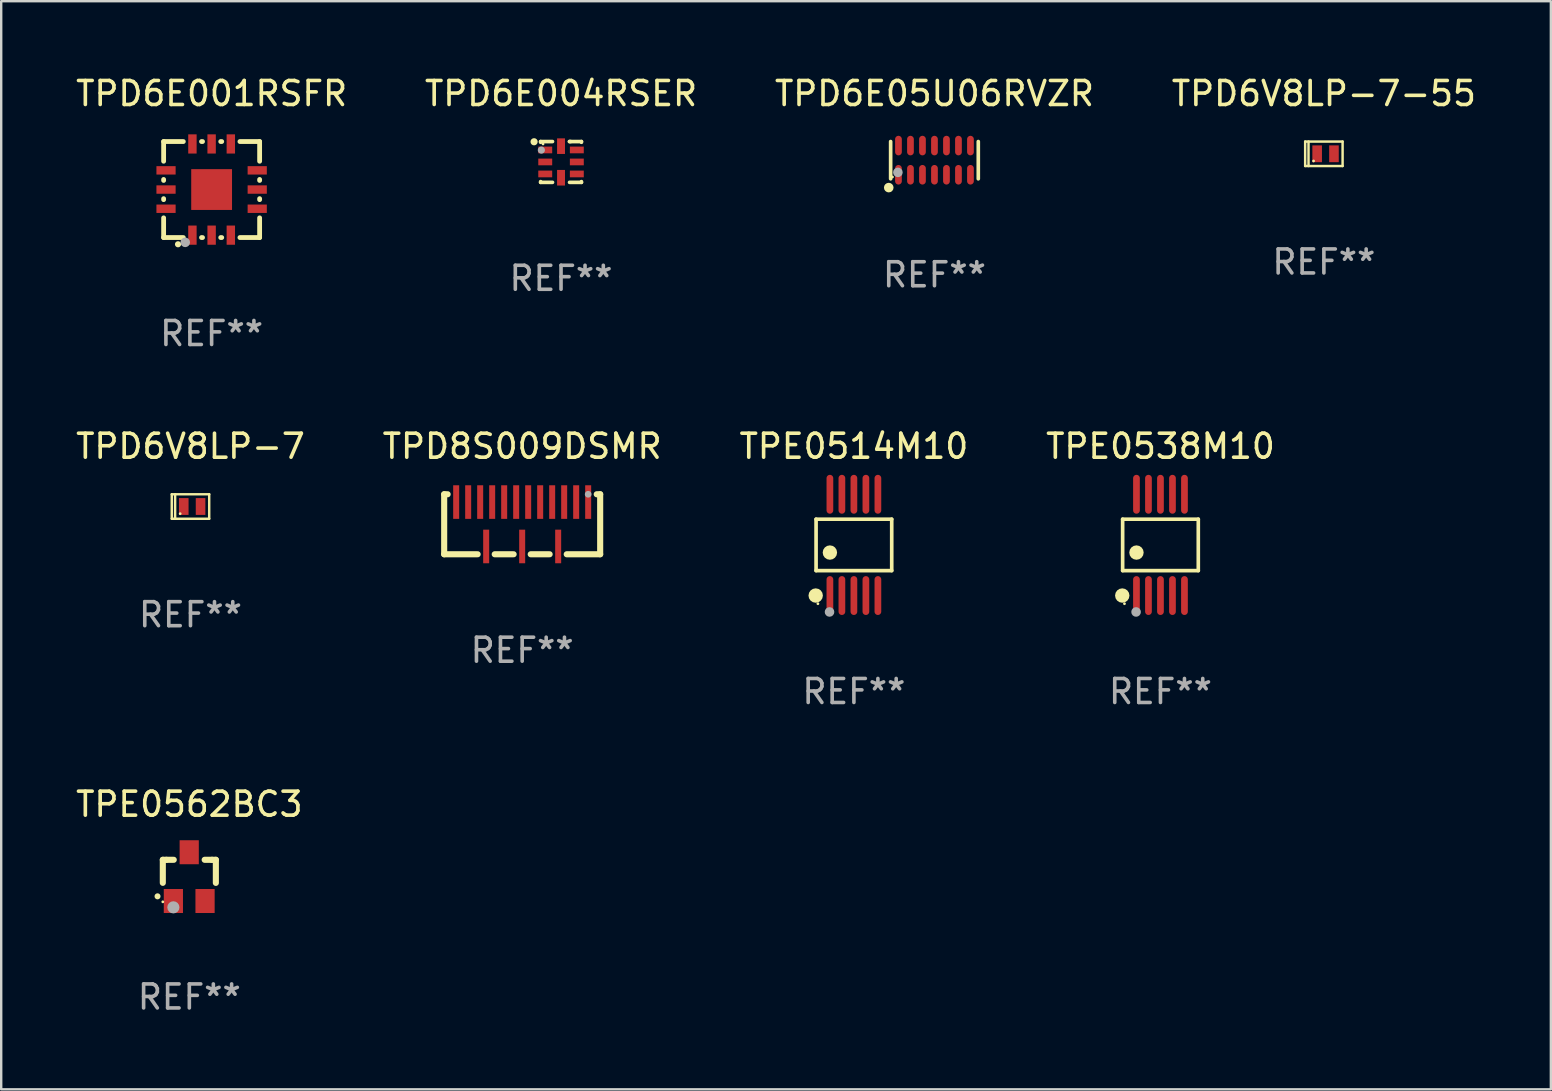
<source format=kicad_pcb>
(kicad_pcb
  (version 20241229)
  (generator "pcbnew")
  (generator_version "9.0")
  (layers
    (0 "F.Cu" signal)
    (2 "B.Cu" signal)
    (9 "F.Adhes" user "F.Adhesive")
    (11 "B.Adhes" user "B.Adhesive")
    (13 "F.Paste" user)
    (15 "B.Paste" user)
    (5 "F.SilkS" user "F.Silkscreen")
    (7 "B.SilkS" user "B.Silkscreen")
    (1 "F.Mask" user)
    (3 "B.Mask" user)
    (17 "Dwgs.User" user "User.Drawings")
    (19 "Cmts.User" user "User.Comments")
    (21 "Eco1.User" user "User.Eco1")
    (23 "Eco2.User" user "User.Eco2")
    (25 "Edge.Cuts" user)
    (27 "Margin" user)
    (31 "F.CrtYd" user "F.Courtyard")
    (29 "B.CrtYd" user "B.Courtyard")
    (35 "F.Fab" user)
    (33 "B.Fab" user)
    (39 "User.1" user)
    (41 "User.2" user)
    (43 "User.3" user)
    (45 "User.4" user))
  (footprint "TPD6V8LP-7"
    (layer "F.Cu")
    (at 4.887 18.055)
    (property "Reference" "TPD6V8LP-7" (at 0 -2.51 0) (layer "F.SilkS") (effects (font (size 1 1) (thickness 0.15))))
    (attr through_hole)
    (fp_line (start -0.78 -0.51) (end -0.78 0.51) (stroke (width 0.102) (type solid)) (layer "F.SilkS"))
    (fp_line (start -0.78 -0.51) (end 0.78 -0.51) (stroke (width 0.102) (type solid)) (layer "F.SilkS"))
    (fp_line (start -0.78 0.51) (end 0.78 0.51) (stroke (width 0.102) (type solid)) (layer "F.SilkS"))
    (fp_line (start -0.64 -0.51) (end -0.64 0.51) (stroke (width 0.102) (type solid)) (layer "F.SilkS"))
    (fp_line (start 0.78 -0.51) (end 0.78 0.51) (stroke (width 0.102) (type solid)) (layer "F.SilkS"))
    (fp_circle (center -0.43 0.3) (end -0.4 0.3) (stroke (width 0.06) (type solid)) (fill no) (layer "F.SilkS"))
    (fp_text user "REF**" (at 0 4.51 0) (layer "F.Fab") (effects (font (size 1 1) (thickness 0.15))))
    (pad "1" smd rect (at -0.28 0) (size 0.4 0.7) (layers "F.Cu" "F.Mask" "F.Paste"))
    (pad "2" smd rect (at 0.42 0) (size 0.4 0.7) (layers "F.Cu" "F.Mask" "F.Paste")))
  (footprint "TPE0562BC3"
    (layer "F.Cu")
    (at 4.839 33.477)
    (property "Reference" "TPE0562BC3" (at 0 -3.016 0) (layer "F.SilkS") (effects (font (size 1 1) (thickness 0.15))))
    (attr through_hole)
    (fp_line (start -1.105 -0.701) (end -1.105 0.259) (stroke (width 0.254) (type solid)) (layer "F.SilkS"))
    (fp_line (start -0.955 -0.701) (end -1.105 -0.701) (stroke (width 0.254) (type solid)) (layer "F.SilkS"))
    (fp_line (start -0.955 -0.701) (end -0.649 -0.701) (stroke (width 0.254) (type solid)) (layer "F.SilkS"))
    (fp_line (start 0.639 -0.701) (end 0.945 -0.701) (stroke (width 0.254) (type solid)) (layer "F.SilkS"))
    (fp_line (start 0.945 -0.701) (end 1.105 -0.701) (stroke (width 0.254) (type solid)) (layer "F.SilkS"))
    (fp_line (start 1.105 -0.701) (end 1.105 0.261) (stroke (width 0.254) (type solid)) (layer "F.SilkS"))
    (fp_arc (start -1.324994 0.82253) (mid -1.325 0.82126) (end -1.324994 0.81999) (stroke (width 0.24892) (type solid)) (layer "F.SilkS"))
    (fp_circle (center -1.105 1.05) (end -1.075 1.05) (stroke (width 0.06) (type solid)) (fill no) (layer "F.SilkS"))
    (fp_circle (center -0.665 1.28) (end -0.538 1.28) (stroke (width 0.254) (type solid)) (fill no) (layer "F.Fab"))
    (fp_text user "REF**" (at 0 5.016 0) (layer "F.Fab") (effects (font (size 1 1) (thickness 0.15))))
    (pad "1" smd rect (at -0.665 1.016) (size 0.8 1) (layers "F.Cu" "F.Mask" "F.Paste"))
    (pad "2" smd rect (at 0.655 1.016) (size 0.8 1) (layers "F.Cu" "F.Mask" "F.Paste"))
    (pad "3" smd rect (at -0.005 -1.016) (size 0.8 1) (layers "F.Cu" "F.Mask" "F.Paste")))
  (footprint "TPE0538M10"
    (layer "F.Cu")
    (at 45.304 19.655)
    (property "Reference" "TPE0538M10" (at 0 -4.11 0) (layer "F.SilkS") (effects (font (size 1 1) (thickness 0.15))))
    (attr through_hole)
    (fp_line (start -1.576 -1.071) (end 1.576 -1.071) (stroke (width 0.152) (type solid)) (layer "F.SilkS"))
    (fp_line (start -1.576 1.071) (end -1.576 -1.071) (stroke (width 0.152) (type solid)) (layer "F.SilkS"))
    (fp_line (start 1.576 -1.071) (end 1.576 1.071) (stroke (width 0.152) (type solid)) (layer "F.SilkS"))
    (fp_line (start 1.576 1.071) (end -1.576 1.071) (stroke (width 0.152) (type solid)) (layer "F.SilkS"))
    (fp_circle (center -1.592 2.11) (end -1.442 2.11) (stroke (width 0.3) (type solid)) (fill no) (layer "F.SilkS"))
    (fp_circle (center -1.5 2.45) (end -1.47 2.45) (stroke (width 0.06) (type solid)) (fill no) (layer "F.SilkS"))
    (fp_circle (center -1 0.319) (end -0.85 0.319) (stroke (width 0.3) (type solid)) (fill no) (layer "F.SilkS"))
    (fp_circle (center -1.016 2.794) (end -0.916 2.794) (stroke (width 0.2) (type solid)) (fill no) (layer "F.Fab"))
    (fp_text user "REF**" (at 0 6.11 0) (layer "F.Fab") (effects (font (size 1 1) (thickness 0.15))))
    (pad "1" smd oval (at -1 2.11) (size 0.28 1.62) (layers "F.Cu" "F.Mask" "F.Paste"))
    (pad "2" smd oval (at -0.5 2.11) (size 0.28 1.62) (layers "F.Cu" "F.Mask" "F.Paste"))
    (pad "3" smd oval (at 0 2.11) (size 0.28 1.62) (layers "F.Cu" "F.Mask" "F.Paste"))
    (pad "4" smd oval (at 0.5 2.11) (size 0.28 1.62) (layers "F.Cu" "F.Mask" "F.Paste"))
    (pad "5" smd oval (at 1 2.11) (size 0.28 1.62) (layers "F.Cu" "F.Mask" "F.Paste"))
    (pad "6" smd oval (at 1 -2.11) (size 0.28 1.62) (layers "F.Cu" "F.Mask" "F.Paste"))
    (pad "7" smd oval (at 0.5 -2.11) (size 0.28 1.62) (layers "F.Cu" "F.Mask" "F.Paste"))
    (pad "8" smd oval (at 0 -2.11) (size 0.28 1.62) (layers "F.Cu" "F.Mask" "F.Paste"))
    (pad "9" smd oval (at -0.5 -2.11) (size 0.28 1.62) (layers "F.Cu" "F.Mask" "F.Paste"))
    (pad "10" smd oval (at -1 -2.11) (size 0.28 1.62) (layers "F.Cu" "F.Mask" "F.Paste")))
  (footprint "TPD6V8LP-7-55"
    (layer "F.Cu")
    (at 52.113 3.358)
    (property "Reference" "TPD6V8LP-7-55" (at 0 -2.51 0) (layer "F.SilkS") (effects (font (size 1 1) (thickness 0.15))))
    (attr through_hole)
    (fp_line (start -0.78 -0.51) (end -0.78 0.51) (stroke (width 0.102) (type solid)) (layer "F.SilkS"))
    (fp_line (start -0.78 -0.51) (end 0.78 -0.51) (stroke (width 0.102) (type solid)) (layer "F.SilkS"))
    (fp_line (start -0.78 0.51) (end 0.78 0.51) (stroke (width 0.102) (type solid)) (layer "F.SilkS"))
    (fp_line (start -0.64 -0.51) (end -0.64 0.51) (stroke (width 0.102) (type solid)) (layer "F.SilkS"))
    (fp_line (start 0.78 -0.51) (end 0.78 0.51) (stroke (width 0.102) (type solid)) (layer "F.SilkS"))
    (fp_circle (center -0.43 0.3) (end -0.4 0.3) (stroke (width 0.06) (type solid)) (fill no) (layer "F.SilkS"))
    (fp_text user "REF**" (at 0 4.51 0) (layer "F.Fab") (effects (font (size 1 1) (thickness 0.15))))
    (pad "1" smd rect (at -0.28 0) (size 0.4 0.7) (layers "F.Cu" "F.Mask" "F.Paste"))
    (pad "2" smd rect (at 0.42 0) (size 0.4 0.7) (layers "F.Cu" "F.Mask" "F.Paste")))
  (footprint "TPD6E004RSER"
    (layer "F.Cu")
    (at 20.327 3.698)
    (property "Reference" "TPD6E004RSER" (at 0 -2.85 0) (layer "F.SilkS") (effects (font (size 1 1) (thickness 0.15))))
    (attr through_hole)
    (fp_line (start -0.85 -0.85) (end -0.355 -0.85) (stroke (width 0.152) (type solid)) (layer "F.SilkS"))
    (fp_line (start -0.85 -0.82) (end -0.85 -0.85) (stroke (width 0.152) (type solid)) (layer "F.SilkS"))
    (fp_line (start -0.85 0.85) (end -0.85 0.82) (stroke (width 0.152) (type solid)) (layer "F.SilkS"))
    (fp_line (start -0.355 0.85) (end -0.85 0.85) (stroke (width 0.152) (type solid)) (layer "F.SilkS"))
    (fp_line (start 0.35 -0.85) (end 0.85 -0.85) (stroke (width 0.152) (type solid)) (layer "F.SilkS"))
    (fp_line (start 0.355 -0.85) (end 0.4 -0.85) (stroke (width 0.152) (type solid)) (layer "F.SilkS"))
    (fp_line (start 0.85 -0.85) (end 0.85 -0.82) (stroke (width 0.152) (type solid)) (layer "F.SilkS"))
    (fp_line (start 0.85 0.82) (end 0.85 0.85) (stroke (width 0.152) (type solid)) (layer "F.SilkS"))
    (fp_line (start 0.85 0.85) (end 0.355 0.85) (stroke (width 0.152) (type solid)) (layer "F.SilkS"))
    (fp_circle (center -1.123 -0.841) (end -1.048 -0.841) (stroke (width 0.15) (type solid)) (fill no) (layer "F.SilkS"))
    (fp_circle (center -0.75 -0.75) (end -0.72 -0.75) (stroke (width 0.06) (type solid)) (fill no) (layer "F.SilkS"))
    (fp_circle (center -0.82 -0.494) (end -0.745 -0.494) (stroke (width 0.15) (type solid)) (fill no) (layer "F.Fab"))
    (fp_text user "REF**" (at 0 4.85 0) (layer "F.Fab") (effects (font (size 1 1) (thickness 0.15))))
    (pad "1" smd rect (at -0.658 -0.5) (size 0.58 0.28) (layers "F.Cu" "F.Mask" "F.Paste"))
    (pad "2" smd rect (at -0.658 -0.000013) (size 0.58 0.28) (layers "F.Cu" "F.Mask" "F.Paste"))
    (pad "3" smd rect (at -0.658 0.5) (size 0.58 0.28) (layers "F.Cu" "F.Mask" "F.Paste"))
    (pad "4" smd rect (at -0.000013 0.658) (size 0.33 0.65) (layers "F.Cu" "F.Mask" "F.Paste"))
    (pad "5" smd rect (at 0.658 0.5) (size 0.58 0.28) (layers "F.Cu" "F.Mask" "F.Paste"))
    (pad "6" smd rect (at 0.658 -0.000013) (size 0.58 0.28) (layers "F.Cu" "F.Mask" "F.Paste"))
    (pad "7" smd rect (at 0.658 -0.5) (size 0.58 0.28) (layers "F.Cu" "F.Mask" "F.Paste"))
    (pad "8" smd rect (at -0.000013 -0.658) (size 0.33 0.65) (layers "F.Cu" "F.Mask" "F.Paste")))
  (footprint "TPE0514M10"
    (layer "F.Cu")
    (at 32.53 19.655)
    (property "Reference" "TPE0514M10" (at 0 -4.11 0) (layer "F.SilkS") (effects (font (size 1 1) (thickness 0.15))))
    (attr through_hole)
    (fp_line (start -1.576 -1.071) (end 1.576 -1.071) (stroke (width 0.152) (type solid)) (layer "F.SilkS"))
    (fp_line (start -1.576 1.071) (end -1.576 -1.071) (stroke (width 0.152) (type solid)) (layer "F.SilkS"))
    (fp_line (start 1.576 -1.071) (end 1.576 1.071) (stroke (width 0.152) (type solid)) (layer "F.SilkS"))
    (fp_line (start 1.576 1.071) (end -1.576 1.071) (stroke (width 0.152) (type solid)) (layer "F.SilkS"))
    (fp_circle (center -1.592 2.11) (end -1.442 2.11) (stroke (width 0.3) (type solid)) (fill no) (layer "F.SilkS"))
    (fp_circle (center -1.5 2.45) (end -1.47 2.45) (stroke (width 0.06) (type solid)) (fill no) (layer "F.SilkS"))
    (fp_circle (center -1 0.319) (end -0.85 0.319) (stroke (width 0.3) (type solid)) (fill no) (layer "F.SilkS"))
    (fp_circle (center -1.016 2.794) (end -0.916 2.794) (stroke (width 0.2) (type solid)) (fill no) (layer "F.Fab"))
    (fp_text user "REF**" (at 0 6.11 0) (layer "F.Fab") (effects (font (size 1 1) (thickness 0.15))))
    (pad "1" smd oval (at -1 2.11) (size 0.28 1.62) (layers "F.Cu" "F.Mask" "F.Paste"))
    (pad "2" smd oval (at -0.5 2.11) (size 0.28 1.62) (layers "F.Cu" "F.Mask" "F.Paste"))
    (pad "3" smd oval (at 0 2.11) (size 0.28 1.62) (layers "F.Cu" "F.Mask" "F.Paste"))
    (pad "4" smd oval (at 0.5 2.11) (size 0.28 1.62) (layers "F.Cu" "F.Mask" "F.Paste"))
    (pad "5" smd oval (at 1 2.11) (size 0.28 1.62) (layers "F.Cu" "F.Mask" "F.Paste"))
    (pad "6" smd oval (at 1 -2.11) (size 0.28 1.62) (layers "F.Cu" "F.Mask" "F.Paste"))
    (pad "7" smd oval (at 0.5 -2.11) (size 0.28 1.62) (layers "F.Cu" "F.Mask" "F.Paste"))
    (pad "8" smd oval (at 0 -2.11) (size 0.28 1.62) (layers "F.Cu" "F.Mask" "F.Paste"))
    (pad "9" smd oval (at -0.5 -2.11) (size 0.28 1.62) (layers "F.Cu" "F.Mask" "F.Paste"))
    (pad "10" smd oval (at -1 -2.11) (size 0.28 1.62) (layers "F.Cu" "F.Mask" "F.Paste")))
  (footprint "TPD8S009DSMR"
    (layer "F.Cu")
    (at 18.708 18.795)
    (property "Reference" "TPD8S009DSMR" (at 0 -3.25 0) (layer "F.SilkS") (effects (font (size 1 1) (thickness 0.15))))
    (attr through_hole)
    (fp_line (start -3.25 -1.25) (end -3.25 1.25) (stroke (width 0.254) (type solid)) (layer "F.SilkS"))
    (fp_line (start -3.25 -1.25) (end -3.106 -1.25) (stroke (width 0.254) (type solid)) (layer "F.SilkS"))
    (fp_line (start -3.25 1.25) (end -1.856 1.25) (stroke (width 0.254) (type solid)) (layer "F.SilkS"))
    (fp_line (start -1.144 1.25) (end -0.356 1.25) (stroke (width 0.254) (type solid)) (layer "F.SilkS"))
    (fp_line (start 0.356 1.25) (end 1.144 1.25) (stroke (width 0.254) (type solid)) (layer "F.SilkS"))
    (fp_line (start 1.856 1.25) (end 3.25 1.25) (stroke (width 0.254) (type solid)) (layer "F.SilkS"))
    (fp_line (start 3.106 -1.25) (end 3.25 -1.25) (stroke (width 0.254) (type solid)) (layer "F.SilkS"))
    (fp_line (start 3.25 -1.25) (end 3.25 1.25) (stroke (width 0.254) (type solid)) (layer "F.SilkS"))
    (fp_circle (center 3.25 -1.25) (end 3.28 -1.25) (stroke (width 0.06) (type solid)) (fill no) (layer "F.SilkS"))
    (fp_circle (center 2.75 -1.25) (end 2.82 -1.25) (stroke (width 0.14) (type solid)) (fill no) (layer "F.Fab"))
    (fp_text user "REF**" (at 0 5.25 0) (layer "F.Fab") (effects (font (size 1 1) (thickness 0.15))))
    (pad "1" smd rect (at 2.75 -0.925) (size 0.25 1.4) (layers "F.Cu" "F.Mask" "F.Paste"))
    (pad "2" smd rect (at 2.25 -0.925) (size 0.25 1.4) (layers "F.Cu" "F.Mask" "F.Paste"))
    (pad "3" smd rect (at 1.75 -0.925) (size 0.25 1.4) (layers "F.Cu" "F.Mask" "F.Paste"))
    (pad "4" smd rect (at 1.25 -0.925) (size 0.25 1.4) (layers "F.Cu" "F.Mask" "F.Paste"))
    (pad "5" smd rect (at 0.75 -0.925) (size 0.25 1.4) (layers "F.Cu" "F.Mask" "F.Paste"))
    (pad "6" smd rect (at 0.25 -0.925) (size 0.25 1.4) (layers "F.Cu" "F.Mask" "F.Paste"))
    (pad "7" smd rect (at -0.25 -0.925) (size 0.25 1.4) (layers "F.Cu" "F.Mask" "F.Paste"))
    (pad "8" smd rect (at -0.75 -0.925) (size 0.25 1.4) (layers "F.Cu" "F.Mask" "F.Paste"))
    (pad "9" smd rect (at -1.25 -0.925) (size 0.25 1.4) (layers "F.Cu" "F.Mask" "F.Paste"))
    (pad "10" smd rect (at -1.75 -0.925) (size 0.25 1.4) (layers "F.Cu" "F.Mask" "F.Paste"))
    (pad "11" smd rect (at -2.25 -0.925) (size 0.25 1.4) (layers "F.Cu" "F.Mask" "F.Paste"))
    (pad "12" smd rect (at -2.75 -0.925) (size 0.25 1.4) (layers "F.Cu" "F.Mask" "F.Paste"))
    (pad "13" smd rect (at -1.5 0.925) (size 0.25 1.4) (layers "F.Cu" "F.Mask" "F.Paste"))
    (pad "14" smd rect (at 0.000051 0.925) (size 0.25 1.4) (layers "F.Cu" "F.Mask" "F.Paste"))
    (pad "15" smd rect (at 1.5 0.925) (size 0.25 1.4) (layers "F.Cu" "F.Mask" "F.Paste")))
  (footprint "TPD6E05U06RVZR"
    (layer "F.Cu")
    (at 35.887 3.624)
    (property "Reference" "TPD6E05U06RVZR" (at 0 -2.776 0) (layer "F.SilkS") (effects (font (size 1 1) (thickness 0.15))))
    (attr through_hole)
    (fp_line (start -1.826 0.776) (end -1.826 -0.776) (stroke (width 0.152) (type solid)) (layer "F.SilkS"))
    (fp_line (start 1.826 0.776) (end 1.826 -0.776) (stroke (width 0.152) (type solid)) (layer "F.SilkS"))
    (fp_circle (center -1.905 1.143) (end -1.805 1.143) (stroke (width 0.2) (type solid)) (fill no) (layer "F.SilkS"))
    (fp_circle (center -1.75 0.7) (end -1.72 0.7) (stroke (width 0.06) (type solid)) (fill no) (layer "F.SilkS"))
    (fp_circle (center -1.524 0.508) (end -1.424 0.508) (stroke (width 0.2) (type solid)) (fill no) (layer "F.Fab"))
    (fp_text user "REF**" (at 0 4.776 0) (layer "F.Fab") (effects (font (size 1 1) (thickness 0.15))))
    (pad "1" smd oval (at -1.5 0.608 90) (size 0.815 0.28) (layers "F.Cu" "F.Mask" "F.Paste"))
    (pad "2" smd oval (at -1 0.608 90) (size 0.815 0.28) (layers "F.Cu" "F.Mask" "F.Paste"))
    (pad "3" smd oval (at -0.5 0.608 90) (size 0.815 0.28) (layers "F.Cu" "F.Mask" "F.Paste"))
    (pad "4" smd oval (at -0.000013 0.608 90) (size 0.815 0.28) (layers "F.Cu" "F.Mask" "F.Paste"))
    (pad "5" smd oval (at 0.5 0.608 90) (size 0.815 0.28) (layers "F.Cu" "F.Mask" "F.Paste"))
    (pad "6" smd oval (at 1 0.608 90) (size 0.815 0.28) (layers "F.Cu" "F.Mask" "F.Paste"))
    (pad "7" smd oval (at 1.5 0.608 90) (size 0.815 0.28) (layers "F.Cu" "F.Mask" "F.Paste"))
    (pad "8" smd oval (at 1.5 -0.608 90) (size 0.815 0.28) (layers "F.Cu" "F.Mask" "F.Paste"))
    (pad "9" smd oval (at 1 -0.608 90) (size 0.815 0.28) (layers "F.Cu" "F.Mask" "F.Paste"))
    (pad "10" smd oval (at 0.5 -0.608 90) (size 0.815 0.28) (layers "F.Cu" "F.Mask" "F.Paste"))
    (pad "11" smd oval (at -0.000013 -0.608 90) (size 0.815 0.28) (layers "F.Cu" "F.Mask" "F.Paste"))
    (pad "12" smd oval (at -0.5 -0.608 90) (size 0.815 0.28) (layers "F.Cu" "F.Mask" "F.Paste"))
    (pad "13" smd oval (at -1 -0.608 90) (size 0.815 0.28) (layers "F.Cu" "F.Mask" "F.Paste"))
    (pad "14" smd oval (at -1.5 -0.608 90) (size 0.815 0.28) (layers "F.Cu" "F.Mask" "F.Paste")))
  (footprint "TPD6E001RSFR"
    (layer "F.Cu")
    (at 5.768 4.848)
    (property "Reference" "TPD6E001RSFR" (at 0 -4 0) (layer "F.SilkS") (effects (font (size 1 1) (thickness 0.15))))
    (attr through_hole)
    (fp_line (start -2 -2) (end -1.179 -2) (stroke (width 0.2) (type solid)) (layer "F.SilkS"))
    (fp_line (start -2 -1.179) (end -2 -2) (stroke (width 0.2) (type solid)) (layer "F.SilkS"))
    (fp_line (start -2 -0.379) (end -2 -0.421) (stroke (width 0.2) (type solid)) (layer "F.SilkS"))
    (fp_line (start -2 0.421) (end -2 0.379) (stroke (width 0.2) (type solid)) (layer "F.SilkS"))
    (fp_line (start -2 2) (end -2 1.179) (stroke (width 0.2) (type solid)) (layer "F.SilkS"))
    (fp_line (start -1.179 2) (end -2 2) (stroke (width 0.2) (type solid)) (layer "F.SilkS"))
    (fp_line (start -0.421 -2) (end -0.379 -2) (stroke (width 0.2) (type solid)) (layer "F.SilkS"))
    (fp_line (start -0.379 2) (end -0.421 2) (stroke (width 0.2) (type solid)) (layer "F.SilkS"))
    (fp_line (start 0.379 -2) (end 0.421 -2) (stroke (width 0.2) (type solid)) (layer "F.SilkS"))
    (fp_line (start 0.421 2) (end 0.379 2) (stroke (width 0.2) (type solid)) (layer "F.SilkS"))
    (fp_line (start 1.179 -2) (end 2 -2) (stroke (width 0.2) (type solid)) (layer "F.SilkS"))
    (fp_line (start 2 -2) (end 2 -1.179) (stroke (width 0.2) (type solid)) (layer "F.SilkS"))
    (fp_line (start 2 -0.421) (end 2 -0.379) (stroke (width 0.2) (type solid)) (layer "F.SilkS"))
    (fp_line (start 2 0.379) (end 2 0.421) (stroke (width 0.2) (type solid)) (layer "F.SilkS"))
    (fp_line (start 2 1.179) (end 2 2) (stroke (width 0.2) (type solid)) (layer "F.SilkS"))
    (fp_line (start 2 2) (end 1.179 2) (stroke (width 0.2) (type solid)) (layer "F.SilkS"))
    (fp_arc (start -1.40127 2.28001) (mid -1.4 2.280003) (end -1.39873 2.28001) (stroke (width 0.254001) (type solid)) (layer "F.SilkS"))
    (fp_circle (center -2 2) (end -1.97 2) (stroke (width 0.06) (type solid)) (fill no) (layer "F.SilkS"))
    (fp_circle (center -1.1 2.2) (end -1 2.2) (stroke (width 0.2) (type solid)) (fill no) (layer "F.Fab"))
    (fp_text user "REF**" (at 0 6 0) (layer "F.Fab") (effects (font (size 1 1) (thickness 0.15))))
    (pad "1" smd rect (at -0.8 1.9 90) (size 0.8 0.35) (layers "F.Cu" "F.Mask" "F.Paste"))
    (pad "2" smd rect (at -0.000127 1.9 90) (size 0.8 0.35) (layers "F.Cu" "F.Mask" "F.Paste"))
    (pad "3" smd rect (at 0.8 1.9 90) (size 0.8 0.35) (layers "F.Cu" "F.Mask" "F.Paste"))
    (pad "4" smd rect (at 1.9 0.8 180) (size 0.8 0.35) (layers "F.Cu" "F.Mask" "F.Paste"))
    (pad "5" smd rect (at 1.9 -0.000127 180) (size 0.8 0.35) (layers "F.Cu" "F.Mask" "F.Paste"))
    (pad "6" smd rect (at 1.9 -0.8 180) (size 0.8 0.35) (layers "F.Cu" "F.Mask" "F.Paste"))
    (pad "7" smd rect (at 0.8 -1.9 270) (size 0.8 0.35) (layers "F.Cu" "F.Mask" "F.Paste"))
    (pad "8" smd rect (at -0.000127 -1.9 270) (size 0.8 0.35) (layers "F.Cu" "F.Mask" "F.Paste"))
    (pad "9" smd rect (at -0.8 -1.9 270) (size 0.8 0.35) (layers "F.Cu" "F.Mask" "F.Paste"))
    (pad "10" smd rect (at -1.9 -0.8) (size 0.8 0.35) (layers "F.Cu" "F.Mask" "F.Paste"))
    (pad "11" smd rect (at -1.9 -0.000127) (size 0.8 0.35) (layers "F.Cu" "F.Mask" "F.Paste"))
    (pad "12" smd rect (at -1.9 0.8) (size 0.8 0.35) (layers "F.Cu" "F.Mask" "F.Paste"))
    (pad "13" smd rect (at -0.000127 -0.000127 90) (size 1.7 1.7) (layers "F.Cu" "F.Mask" "F.Paste")))
  (gr_rect
    (start -3 -3)
    (end 61.571 42.341)
    (stroke (width 0.1) (type default))
    (fill no)
    (layer "Edge.Cuts")))
</source>
